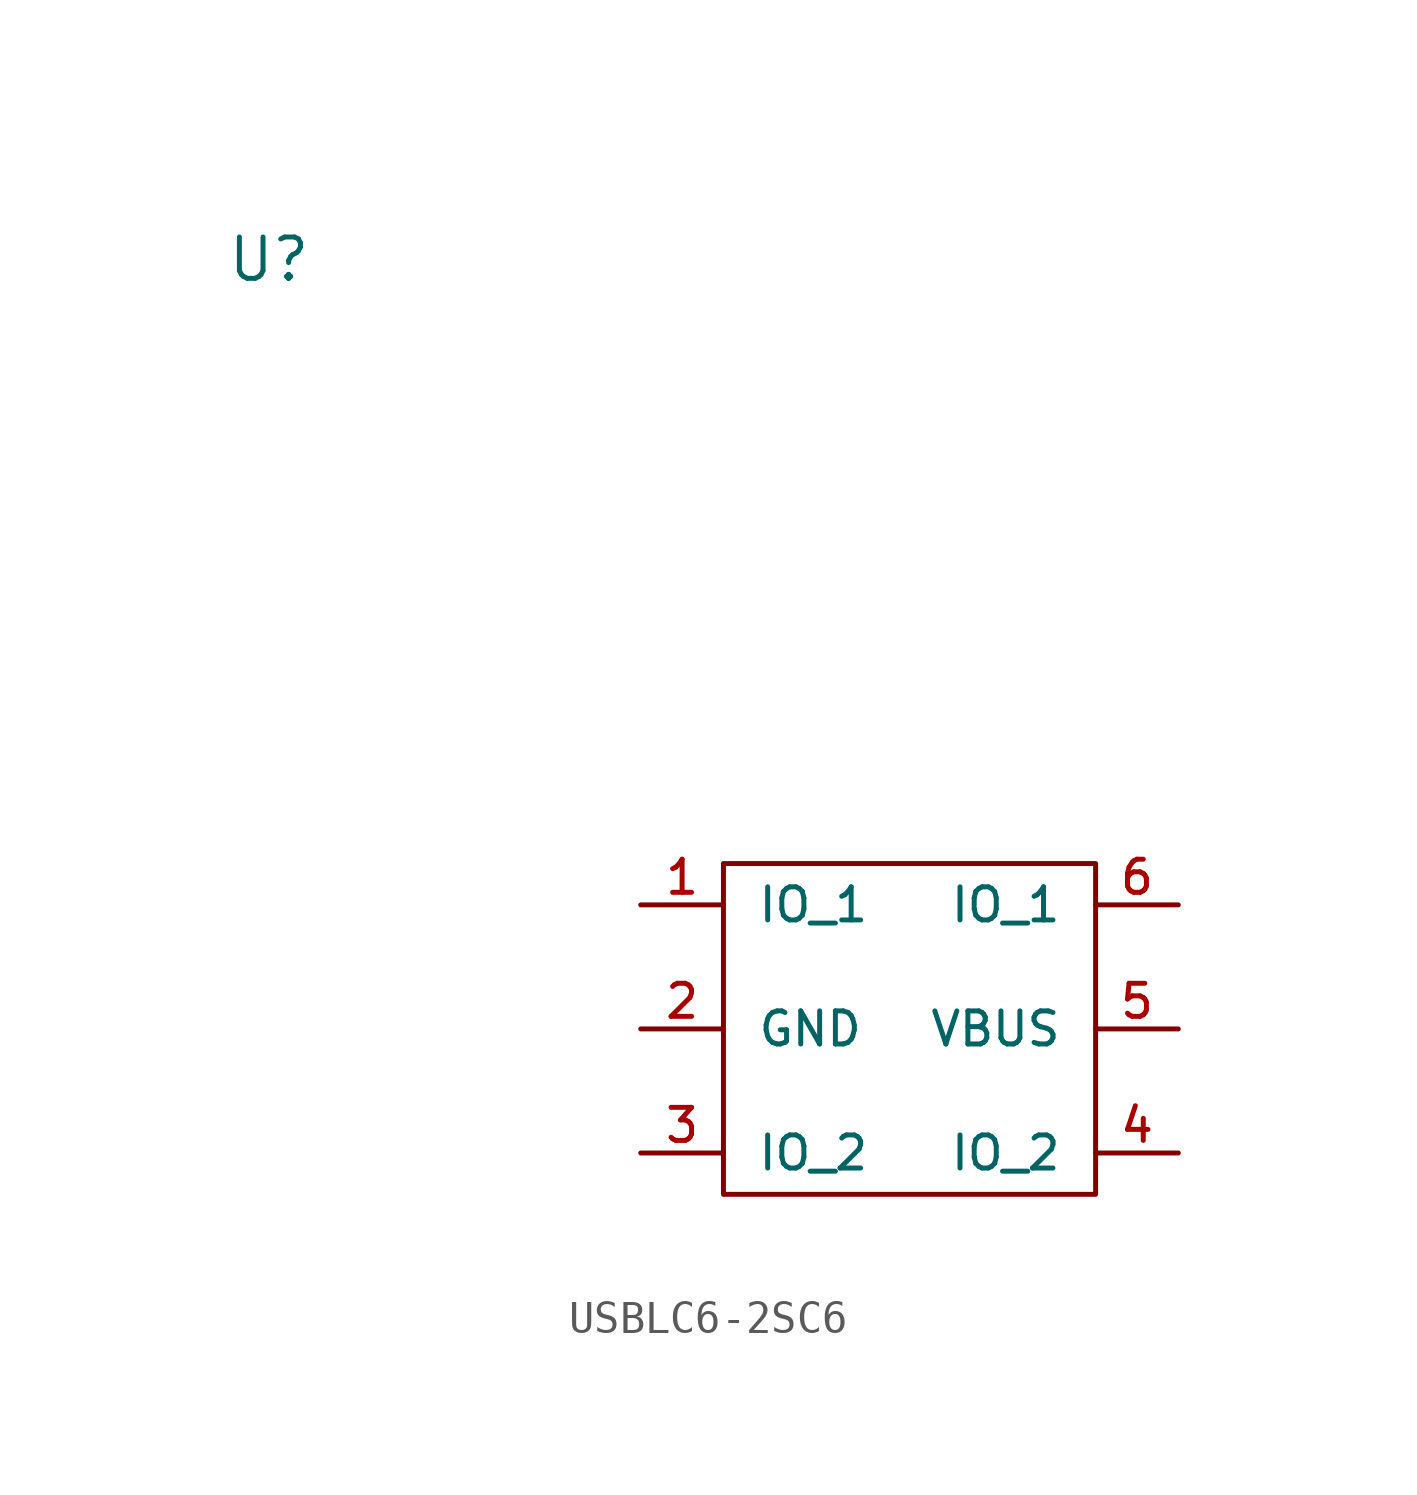
<source format=kicad_sym>
(kicad_symbol_lib
  (version 20241209)
  (generator "kicad_symbol_editor")
  (generator_version "9.0")
  (symbol "USBLC6-2SC6"
    (pin_names
      (offset 1.016))
    (property "Reference" "U"
      (at -15.269 17.809 0)
      (effects (font (size 1.27 1.27)) (justify left bottom)))
    (symbol "USBLC6-2SC6_0_1"
      (rectangle (start 0 0) (end 11.43 -10.16) (stroke (width 0) (type default)) (fill (type none))))
    (symbol "USBLC6-2SC6_1_0"
      (pin bidirectional line (at -2.54 -1.27 0) (length 2.54) (name "IO_1" (effects (font (size 1.016 1.016)))) (number "1" (effects (font (size 1.016 1.016)))))
      (pin power_in line (at -2.54 -5.08 0) (length 2.54) (name "GND" (effects (font (size 1.016 1.016)))) (number "2" (effects (font (size 1.016 1.016)))))
      (pin bidirectional line (at -2.54 -8.89 0) (length 2.54) (name "IO_2" (effects (font (size 1.016 1.016)))) (number "3" (effects (font (size 1.016 1.016)))))
      (pin bidirectional line (at 13.97 -1.27 180) (length 2.54) (name "IO_1" (effects (font (size 1.016 1.016)))) (number "6" (effects (font (size 1.016 1.016)))))
      (pin power_in line (at 13.97 -5.08 180) (length 2.54) (name "VBUS" (effects (font (size 1.016 1.016)))) (number "5" (effects (font (size 1.016 1.016)))))
      (pin bidirectional line (at 13.97 -8.89 180) (length 2.54) (name "IO_2" (effects (font (size 1.016 1.016)))) (number "4" (effects (font (size 1.016 1.016))))))))
</source>
